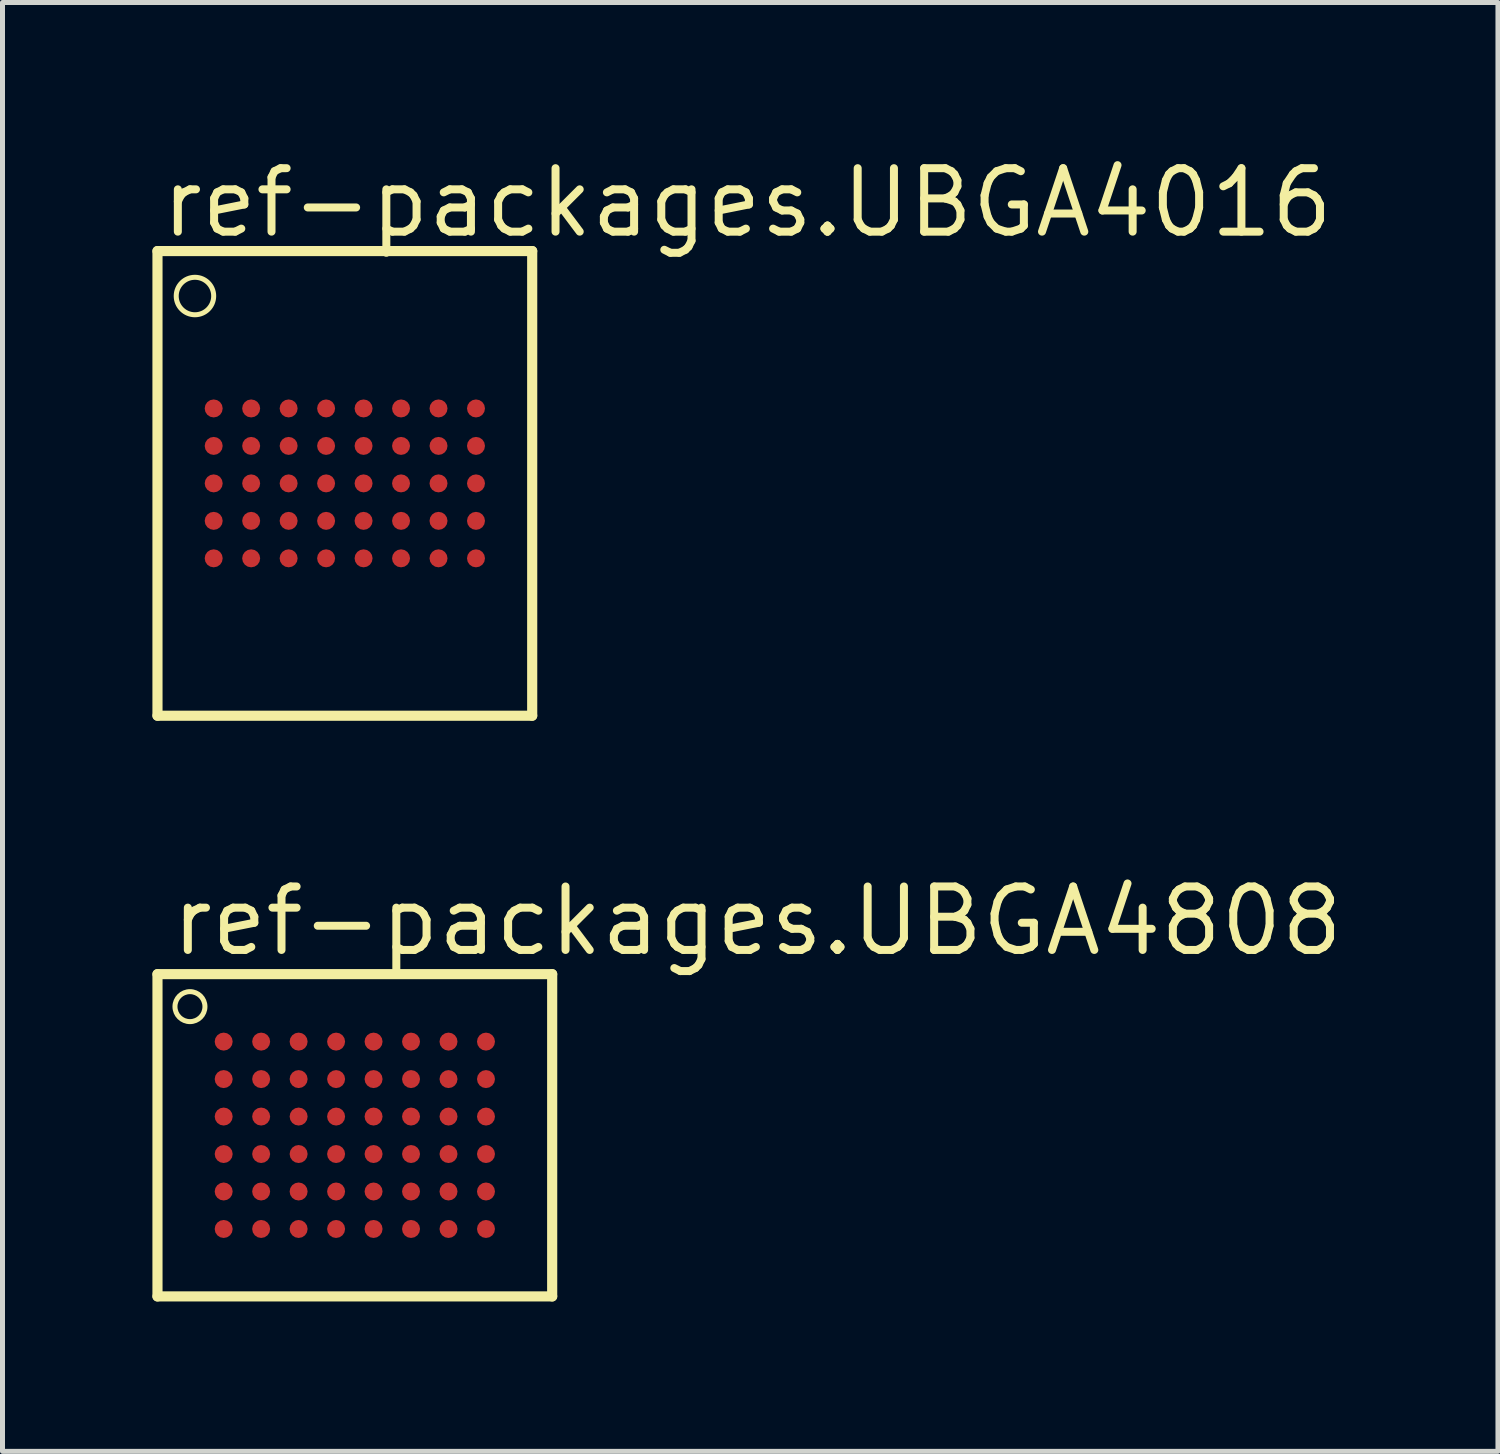
<source format=kicad_pcb>
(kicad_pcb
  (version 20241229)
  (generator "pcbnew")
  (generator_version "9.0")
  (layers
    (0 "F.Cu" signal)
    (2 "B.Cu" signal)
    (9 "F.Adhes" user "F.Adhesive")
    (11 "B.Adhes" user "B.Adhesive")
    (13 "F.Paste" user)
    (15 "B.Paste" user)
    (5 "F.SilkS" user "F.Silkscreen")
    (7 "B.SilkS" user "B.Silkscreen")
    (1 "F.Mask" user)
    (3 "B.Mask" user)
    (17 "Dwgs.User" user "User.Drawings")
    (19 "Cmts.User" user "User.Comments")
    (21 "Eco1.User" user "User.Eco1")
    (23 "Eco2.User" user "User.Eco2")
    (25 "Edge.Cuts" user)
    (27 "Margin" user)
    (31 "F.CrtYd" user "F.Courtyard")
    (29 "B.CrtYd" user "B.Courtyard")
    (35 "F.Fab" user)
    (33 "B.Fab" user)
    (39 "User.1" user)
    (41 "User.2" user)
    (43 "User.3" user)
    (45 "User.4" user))
  (footprint "ref-packages.UBGA4016"
    (layer "F.Cu")
    (at 3.852 6.625)
    (property "Reference" "ref-packages.UBGA4016" (at -3.75 -4.875 0) (layer "F.SilkS") (effects (font (size 1.27 1.27) (thickness 0.16)) (justify left bottom)))
    (attr smd)
    (fp_line (start -3.75 -4.65) (end -3.75 4.65) (stroke (width 0.203) (type default)) (layer "F.SilkS"))
    (fp_line (start -3.75 4.65) (end 3.75 4.65) (stroke (width 0.203) (type default)) (layer "F.SilkS"))
    (fp_line (start 3.75 -4.65) (end -3.75 -4.65) (stroke (width 0.203) (type default)) (layer "F.SilkS"))
    (fp_line (start 3.75 4.65) (end 3.75 -4.65) (stroke (width 0.203) (type default)) (layer "F.SilkS"))
    (fp_circle (center -3 -3.75) (end -2.625 -3.75) (stroke (width 0.1) (type default)) (fill no) (layer "F.SilkS"))
    (pad "A1" smd roundrect (at -2.625 -1.5) (size 0.36 0.36) (layers "F.Cu" "F.Mask" "F.Paste") (roundrect_rratio 0.5))
    (pad "A2" smd roundrect (at -1.875 -1.5) (size 0.36 0.36) (layers "F.Cu" "F.Mask" "F.Paste") (roundrect_rratio 0.5))
    (pad "A3" smd roundrect (at -1.125 -1.5) (size 0.36 0.36) (layers "F.Cu" "F.Mask" "F.Paste") (roundrect_rratio 0.5))
    (pad "A4" smd roundrect (at -0.375 -1.5) (size 0.36 0.36) (layers "F.Cu" "F.Mask" "F.Paste") (roundrect_rratio 0.5))
    (pad "A5" smd roundrect (at 0.375 -1.5) (size 0.36 0.36) (layers "F.Cu" "F.Mask" "F.Paste") (roundrect_rratio 0.5))
    (pad "A6" smd roundrect (at 1.125 -1.5) (size 0.36 0.36) (layers "F.Cu" "F.Mask" "F.Paste") (roundrect_rratio 0.5))
    (pad "A7" smd roundrect (at 1.875 -1.5) (size 0.36 0.36) (layers "F.Cu" "F.Mask" "F.Paste") (roundrect_rratio 0.5))
    (pad "A8" smd roundrect (at 2.625 -1.5) (size 0.36 0.36) (layers "F.Cu" "F.Mask" "F.Paste") (roundrect_rratio 0.5))
    (pad "B1" smd roundrect (at -2.625 -0.75) (size 0.36 0.36) (layers "F.Cu" "F.Mask" "F.Paste") (roundrect_rratio 0.5))
    (pad "B2" smd roundrect (at -1.875 -0.75) (size 0.36 0.36) (layers "F.Cu" "F.Mask" "F.Paste") (roundrect_rratio 0.5))
    (pad "B3" smd roundrect (at -1.125 -0.75) (size 0.36 0.36) (layers "F.Cu" "F.Mask" "F.Paste") (roundrect_rratio 0.5))
    (pad "B4" smd roundrect (at -0.375 -0.75) (size 0.36 0.36) (layers "F.Cu" "F.Mask" "F.Paste") (roundrect_rratio 0.5))
    (pad "B5" smd roundrect (at 0.375 -0.75) (size 0.36 0.36) (layers "F.Cu" "F.Mask" "F.Paste") (roundrect_rratio 0.5))
    (pad "B6" smd roundrect (at 1.125 -0.75) (size 0.36 0.36) (layers "F.Cu" "F.Mask" "F.Paste") (roundrect_rratio 0.5))
    (pad "B7" smd roundrect (at 1.875 -0.75) (size 0.36 0.36) (layers "F.Cu" "F.Mask" "F.Paste") (roundrect_rratio 0.5))
    (pad "B8" smd roundrect (at 2.625 -0.75) (size 0.36 0.36) (layers "F.Cu" "F.Mask" "F.Paste") (roundrect_rratio 0.5))
    (pad "C1" smd roundrect (at -2.625 0) (size 0.36 0.36) (layers "F.Cu" "F.Mask" "F.Paste") (roundrect_rratio 0.5))
    (pad "C2" smd roundrect (at -1.875 0) (size 0.36 0.36) (layers "F.Cu" "F.Mask" "F.Paste") (roundrect_rratio 0.5))
    (pad "C3" smd roundrect (at -1.125 0) (size 0.36 0.36) (layers "F.Cu" "F.Mask" "F.Paste") (roundrect_rratio 0.5))
    (pad "C4" smd roundrect (at -0.375 0) (size 0.36 0.36) (layers "F.Cu" "F.Mask" "F.Paste") (roundrect_rratio 0.5))
    (pad "C5" smd roundrect (at 0.375 0) (size 0.36 0.36) (layers "F.Cu" "F.Mask" "F.Paste") (roundrect_rratio 0.5))
    (pad "C6" smd roundrect (at 1.125 0) (size 0.36 0.36) (layers "F.Cu" "F.Mask" "F.Paste") (roundrect_rratio 0.5))
    (pad "C7" smd roundrect (at 1.875 0) (size 0.36 0.36) (layers "F.Cu" "F.Mask" "F.Paste") (roundrect_rratio 0.5))
    (pad "C8" smd roundrect (at 2.625 0) (size 0.36 0.36) (layers "F.Cu" "F.Mask" "F.Paste") (roundrect_rratio 0.5))
    (pad "D1" smd roundrect (at -2.625 0.75) (size 0.36 0.36) (layers "F.Cu" "F.Mask" "F.Paste") (roundrect_rratio 0.5))
    (pad "D2" smd roundrect (at -1.875 0.75) (size 0.36 0.36) (layers "F.Cu" "F.Mask" "F.Paste") (roundrect_rratio 0.5))
    (pad "D3" smd roundrect (at -1.125 0.75) (size 0.36 0.36) (layers "F.Cu" "F.Mask" "F.Paste") (roundrect_rratio 0.5))
    (pad "D4" smd roundrect (at -0.375 0.75) (size 0.36 0.36) (layers "F.Cu" "F.Mask" "F.Paste") (roundrect_rratio 0.5))
    (pad "D5" smd roundrect (at 0.375 0.75) (size 0.36 0.36) (layers "F.Cu" "F.Mask" "F.Paste") (roundrect_rratio 0.5))
    (pad "D6" smd roundrect (at 1.125 0.75) (size 0.36 0.36) (layers "F.Cu" "F.Mask" "F.Paste") (roundrect_rratio 0.5))
    (pad "D7" smd roundrect (at 1.875 0.75) (size 0.36 0.36) (layers "F.Cu" "F.Mask" "F.Paste") (roundrect_rratio 0.5))
    (pad "D8" smd roundrect (at 2.625 0.75) (size 0.36 0.36) (layers "F.Cu" "F.Mask" "F.Paste") (roundrect_rratio 0.5))
    (pad "E1" smd roundrect (at -2.625 1.5) (size 0.36 0.36) (layers "F.Cu" "F.Mask" "F.Paste") (roundrect_rratio 0.5))
    (pad "E2" smd roundrect (at -1.875 1.5) (size 0.36 0.36) (layers "F.Cu" "F.Mask" "F.Paste") (roundrect_rratio 0.5))
    (pad "E3" smd roundrect (at -1.125 1.5) (size 0.36 0.36) (layers "F.Cu" "F.Mask" "F.Paste") (roundrect_rratio 0.5))
    (pad "E4" smd roundrect (at -0.375 1.5) (size 0.36 0.36) (layers "F.Cu" "F.Mask" "F.Paste") (roundrect_rratio 0.5))
    (pad "E5" smd roundrect (at 0.375 1.5) (size 0.36 0.36) (layers "F.Cu" "F.Mask" "F.Paste") (roundrect_rratio 0.5))
    (pad "E6" smd roundrect (at 1.125 1.5) (size 0.36 0.36) (layers "F.Cu" "F.Mask" "F.Paste") (roundrect_rratio 0.5))
    (pad "E7" smd roundrect (at 1.875 1.5) (size 0.36 0.36) (layers "F.Cu" "F.Mask" "F.Paste") (roundrect_rratio 0.5))
    (pad "E8" smd roundrect (at 2.625 1.5) (size 0.36 0.36) (layers "F.Cu" "F.Mask" "F.Paste") (roundrect_rratio 0.5)))
  (footprint "ref-packages.UBGA4808"
    (layer "F.Cu")
    (at 4.052 19.673)
    (property "Reference" "ref-packages.UBGA4808" (at -3.75 -3.546 0) (layer "F.SilkS") (effects (font (size 1.27 1.27) (thickness 0.16)) (justify left bottom)))
    (attr smd)
    (fp_line (start -3.95 -3.225) (end -3.95 3.225) (stroke (width 0.203) (type default)) (layer "F.SilkS"))
    (fp_line (start -3.95 3.225) (end 3.95 3.225) (stroke (width 0.203) (type default)) (layer "F.SilkS"))
    (fp_line (start 3.95 -3.225) (end -3.95 -3.225) (stroke (width 0.203) (type default)) (layer "F.SilkS"))
    (fp_line (start 3.95 3.225) (end 3.95 -3.225) (stroke (width 0.203) (type default)) (layer "F.SilkS"))
    (fp_circle (center -3.3 -2.575) (end -3 -2.575) (stroke (width 0.1) (type default)) (fill no) (layer "F.SilkS"))
    (pad "A1" smd roundrect (at -2.625 -1.875) (size 0.36 0.36) (layers "F.Cu" "F.Mask" "F.Paste") (roundrect_rratio 0.5))
    (pad "A2" smd roundrect (at -1.875 -1.875) (size 0.36 0.36) (layers "F.Cu" "F.Mask" "F.Paste") (roundrect_rratio 0.5))
    (pad "A3" smd roundrect (at -1.125 -1.875) (size 0.36 0.36) (layers "F.Cu" "F.Mask" "F.Paste") (roundrect_rratio 0.5))
    (pad "A4" smd roundrect (at -0.375 -1.875) (size 0.36 0.36) (layers "F.Cu" "F.Mask" "F.Paste") (roundrect_rratio 0.5))
    (pad "A5" smd roundrect (at 0.375 -1.875) (size 0.36 0.36) (layers "F.Cu" "F.Mask" "F.Paste") (roundrect_rratio 0.5))
    (pad "A6" smd roundrect (at 1.125 -1.875) (size 0.36 0.36) (layers "F.Cu" "F.Mask" "F.Paste") (roundrect_rratio 0.5))
    (pad "A7" smd roundrect (at 1.875 -1.875) (size 0.36 0.36) (layers "F.Cu" "F.Mask" "F.Paste") (roundrect_rratio 0.5))
    (pad "A8" smd roundrect (at 2.625 -1.875) (size 0.36 0.36) (layers "F.Cu" "F.Mask" "F.Paste") (roundrect_rratio 0.5))
    (pad "B1" smd roundrect (at -2.625 -1.125) (size 0.36 0.36) (layers "F.Cu" "F.Mask" "F.Paste") (roundrect_rratio 0.5))
    (pad "B2" smd roundrect (at -1.875 -1.125) (size 0.36 0.36) (layers "F.Cu" "F.Mask" "F.Paste") (roundrect_rratio 0.5))
    (pad "B3" smd roundrect (at -1.125 -1.125) (size 0.36 0.36) (layers "F.Cu" "F.Mask" "F.Paste") (roundrect_rratio 0.5))
    (pad "B4" smd roundrect (at -0.375 -1.125) (size 0.36 0.36) (layers "F.Cu" "F.Mask" "F.Paste") (roundrect_rratio 0.5))
    (pad "B5" smd roundrect (at 0.375 -1.125) (size 0.36 0.36) (layers "F.Cu" "F.Mask" "F.Paste") (roundrect_rratio 0.5))
    (pad "B6" smd roundrect (at 1.125 -1.125) (size 0.36 0.36) (layers "F.Cu" "F.Mask" "F.Paste") (roundrect_rratio 0.5))
    (pad "B7" smd roundrect (at 1.875 -1.125) (size 0.36 0.36) (layers "F.Cu" "F.Mask" "F.Paste") (roundrect_rratio 0.5))
    (pad "B8" smd roundrect (at 2.625 -1.125) (size 0.36 0.36) (layers "F.Cu" "F.Mask" "F.Paste") (roundrect_rratio 0.5))
    (pad "C1" smd roundrect (at -2.625 -0.375) (size 0.36 0.36) (layers "F.Cu" "F.Mask" "F.Paste") (roundrect_rratio 0.5))
    (pad "C2" smd roundrect (at -1.875 -0.375) (size 0.36 0.36) (layers "F.Cu" "F.Mask" "F.Paste") (roundrect_rratio 0.5))
    (pad "C3" smd roundrect (at -1.125 -0.375) (size 0.36 0.36) (layers "F.Cu" "F.Mask" "F.Paste") (roundrect_rratio 0.5))
    (pad "C4" smd roundrect (at -0.375 -0.375) (size 0.36 0.36) (layers "F.Cu" "F.Mask" "F.Paste") (roundrect_rratio 0.5))
    (pad "C5" smd roundrect (at 0.375 -0.375) (size 0.36 0.36) (layers "F.Cu" "F.Mask" "F.Paste") (roundrect_rratio 0.5))
    (pad "C6" smd roundrect (at 1.125 -0.375) (size 0.36 0.36) (layers "F.Cu" "F.Mask" "F.Paste") (roundrect_rratio 0.5))
    (pad "C7" smd roundrect (at 1.875 -0.375) (size 0.36 0.36) (layers "F.Cu" "F.Mask" "F.Paste") (roundrect_rratio 0.5))
    (pad "C8" smd roundrect (at 2.625 -0.375) (size 0.36 0.36) (layers "F.Cu" "F.Mask" "F.Paste") (roundrect_rratio 0.5))
    (pad "D1" smd roundrect (at -2.625 0.375) (size 0.36 0.36) (layers "F.Cu" "F.Mask" "F.Paste") (roundrect_rratio 0.5))
    (pad "D2" smd roundrect (at -1.875 0.375) (size 0.36 0.36) (layers "F.Cu" "F.Mask" "F.Paste") (roundrect_rratio 0.5))
    (pad "D3" smd roundrect (at -1.125 0.375) (size 0.36 0.36) (layers "F.Cu" "F.Mask" "F.Paste") (roundrect_rratio 0.5))
    (pad "D4" smd roundrect (at -0.375 0.375) (size 0.36 0.36) (layers "F.Cu" "F.Mask" "F.Paste") (roundrect_rratio 0.5))
    (pad "D5" smd roundrect (at 0.375 0.375) (size 0.36 0.36) (layers "F.Cu" "F.Mask" "F.Paste") (roundrect_rratio 0.5))
    (pad "D6" smd roundrect (at 1.125 0.375) (size 0.36 0.36) (layers "F.Cu" "F.Mask" "F.Paste") (roundrect_rratio 0.5))
    (pad "D7" smd roundrect (at 1.875 0.375) (size 0.36 0.36) (layers "F.Cu" "F.Mask" "F.Paste") (roundrect_rratio 0.5))
    (pad "D8" smd roundrect (at 2.625 0.375) (size 0.36 0.36) (layers "F.Cu" "F.Mask" "F.Paste") (roundrect_rratio 0.5))
    (pad "E1" smd roundrect (at -2.625 1.125) (size 0.36 0.36) (layers "F.Cu" "F.Mask" "F.Paste") (roundrect_rratio 0.5))
    (pad "E2" smd roundrect (at -1.875 1.125) (size 0.36 0.36) (layers "F.Cu" "F.Mask" "F.Paste") (roundrect_rratio 0.5))
    (pad "E3" smd roundrect (at -1.125 1.125) (size 0.36 0.36) (layers "F.Cu" "F.Mask" "F.Paste") (roundrect_rratio 0.5))
    (pad "E4" smd roundrect (at -0.375 1.125) (size 0.36 0.36) (layers "F.Cu" "F.Mask" "F.Paste") (roundrect_rratio 0.5))
    (pad "E5" smd roundrect (at 0.375 1.125) (size 0.36 0.36) (layers "F.Cu" "F.Mask" "F.Paste") (roundrect_rratio 0.5))
    (pad "E6" smd roundrect (at 1.125 1.125) (size 0.36 0.36) (layers "F.Cu" "F.Mask" "F.Paste") (roundrect_rratio 0.5))
    (pad "E7" smd roundrect (at 1.875 1.125) (size 0.36 0.36) (layers "F.Cu" "F.Mask" "F.Paste") (roundrect_rratio 0.5))
    (pad "E8" smd roundrect (at 2.625 1.125) (size 0.36 0.36) (layers "F.Cu" "F.Mask" "F.Paste") (roundrect_rratio 0.5))
    (pad "F1" smd roundrect (at -2.625 1.875) (size 0.36 0.36) (layers "F.Cu" "F.Mask" "F.Paste") (roundrect_rratio 0.5))
    (pad "F2" smd roundrect (at -1.875 1.875) (size 0.36 0.36) (layers "F.Cu" "F.Mask" "F.Paste") (roundrect_rratio 0.5))
    (pad "F3" smd roundrect (at -1.125 1.875) (size 0.36 0.36) (layers "F.Cu" "F.Mask" "F.Paste") (roundrect_rratio 0.5))
    (pad "F4" smd roundrect (at -0.375 1.875) (size 0.36 0.36) (layers "F.Cu" "F.Mask" "F.Paste") (roundrect_rratio 0.5))
    (pad "F5" smd roundrect (at 0.375 1.875) (size 0.36 0.36) (layers "F.Cu" "F.Mask" "F.Paste") (roundrect_rratio 0.5))
    (pad "F6" smd roundrect (at 1.125 1.875) (size 0.36 0.36) (layers "F.Cu" "F.Mask" "F.Paste") (roundrect_rratio 0.5))
    (pad "F7" smd roundrect (at 1.875 1.875) (size 0.36 0.36) (layers "F.Cu" "F.Mask" "F.Paste") (roundrect_rratio 0.5))
    (pad "F8" smd roundrect (at 2.625 1.875) (size 0.36 0.36) (layers "F.Cu" "F.Mask" "F.Paste") (roundrect_rratio 0.5)))
  (gr_rect
    (start -3 -3)
    (end 26.932 25.999)
    (stroke (width 0.1) (type default))
    (fill no)
    (layer "Edge.Cuts")))
</source>
